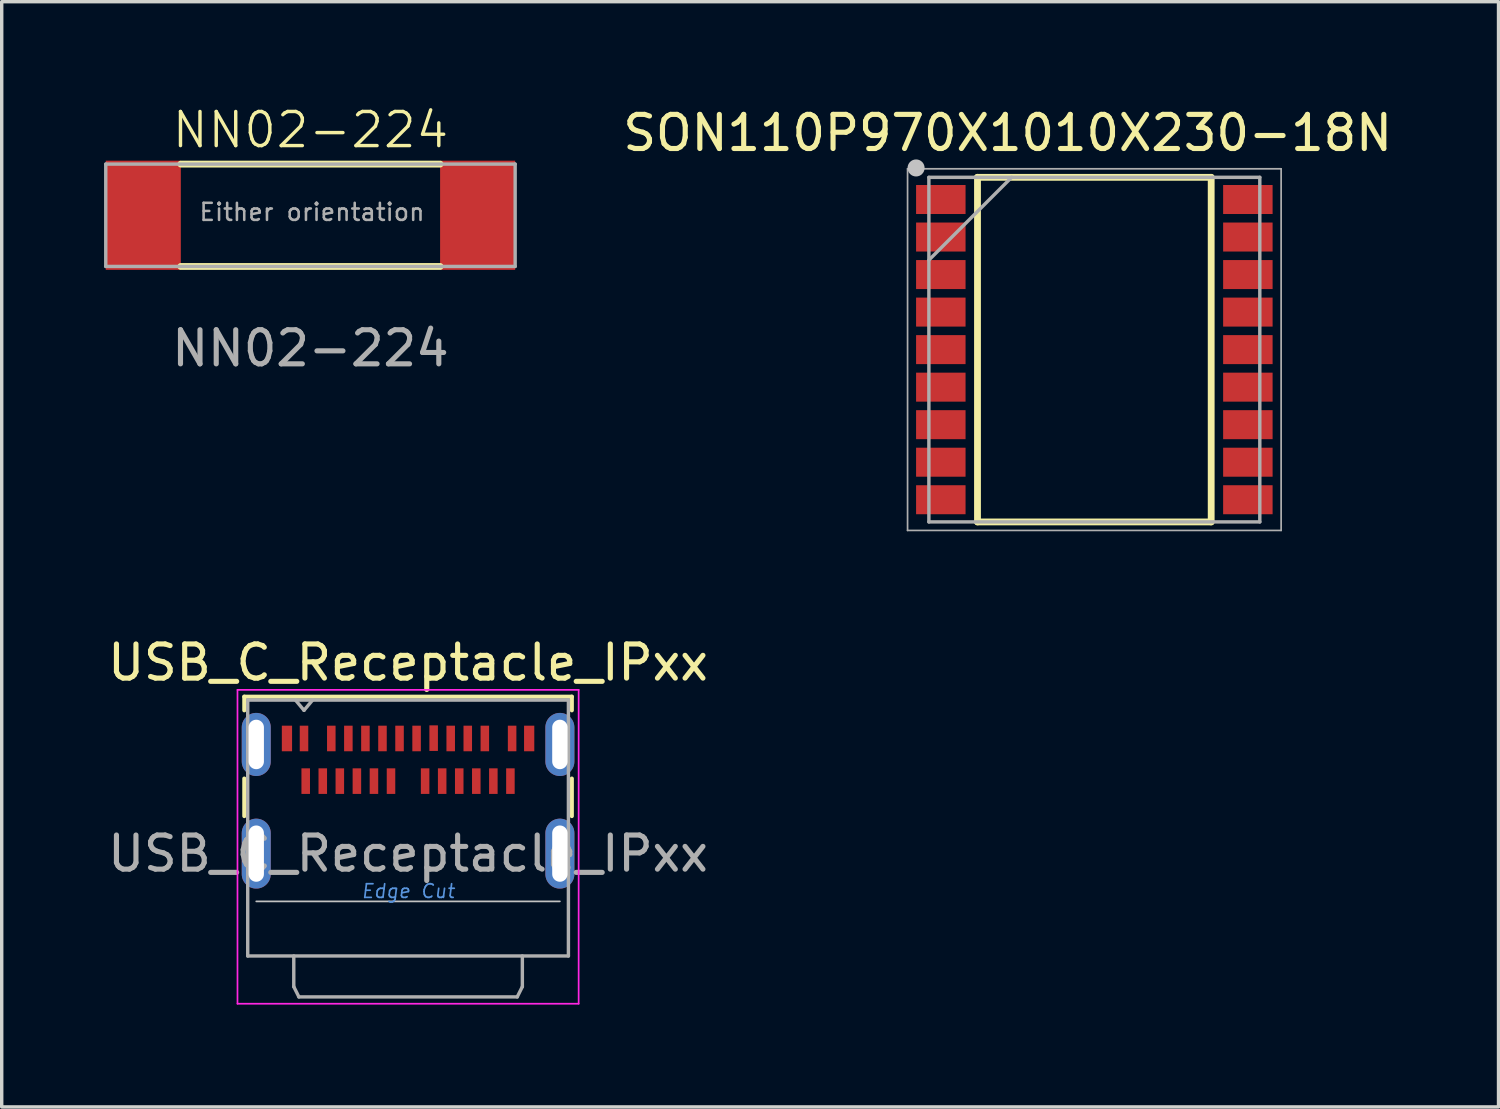
<source format=kicad_pcb>
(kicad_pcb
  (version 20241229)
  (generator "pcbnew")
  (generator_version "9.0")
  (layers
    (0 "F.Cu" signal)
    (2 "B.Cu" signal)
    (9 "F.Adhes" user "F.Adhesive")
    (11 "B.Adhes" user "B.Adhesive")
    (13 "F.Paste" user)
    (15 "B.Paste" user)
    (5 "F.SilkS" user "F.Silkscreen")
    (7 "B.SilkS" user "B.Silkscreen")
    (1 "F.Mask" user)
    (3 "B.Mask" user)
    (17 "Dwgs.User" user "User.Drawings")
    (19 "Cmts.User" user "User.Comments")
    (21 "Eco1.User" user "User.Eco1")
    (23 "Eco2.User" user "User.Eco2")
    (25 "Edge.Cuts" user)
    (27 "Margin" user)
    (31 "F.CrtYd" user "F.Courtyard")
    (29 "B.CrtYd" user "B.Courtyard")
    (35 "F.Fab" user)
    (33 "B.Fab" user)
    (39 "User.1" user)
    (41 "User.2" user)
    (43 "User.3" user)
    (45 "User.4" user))
  (footprint "USB_C_Receptacle_IPxx"
    (layer "F.Cu")
    (at 8.911 21.971)
    (property "Reference" "USB_C_Receptacle_IPxx" (at 0 -5.6 0) (layer "F.SilkS") (effects (font (size 1 1) (thickness 0.15))))
    (attr smd)
    (fp_line (start -4.8 -4.6) (end 4.8 -4.6) (stroke (width 0.12) (type solid)) (layer "F.SilkS"))
    (fp_line (start -4.8 -4.2) (end -4.8 -4.6) (stroke (width 0.12) (type solid)) (layer "F.SilkS"))
    (fp_line (start -4.8 -1.1) (end -4.8 -2.2) (stroke (width 0.12) (type solid)) (layer "F.SilkS"))
    (fp_line (start 4.8 -4.6) (end 4.8 -4.2) (stroke (width 0.12) (type solid)) (layer "F.SilkS"))
    (fp_line (start 4.8 -2.2) (end 4.8 -1.1) (stroke (width 0.12) (type solid)) (layer "F.SilkS"))
    (fp_line (start -4.45 1.4) (end 4.45 1.4) (stroke (width 0.05) (type solid)) (layer "Dwgs.User"))
    (fp_line (start -5 -4.8) (end 5 -4.8) (stroke (width 0.05) (type solid)) (layer "F.CrtYd"))
    (fp_line (start -5 4.4) (end -5 -4.8) (stroke (width 0.05) (type solid)) (layer "F.CrtYd"))
    (fp_line (start 5 -4.8) (end 5 4.4) (stroke (width 0.05) (type solid)) (layer "F.CrtYd"))
    (fp_line (start 5 4.4) (end -5 4.4) (stroke (width 0.05) (type solid)) (layer "F.CrtYd"))
    (fp_line (start -4.7 -4.5) (end -4.7 3) (stroke (width 0.1) (type solid)) (layer "F.Fab"))
    (fp_line (start -4.7 -4.5) (end 4.7 -4.5) (stroke (width 0.1) (type solid)) (layer "F.Fab"))
    (fp_line (start -4.7 3) (end 4.7 3) (stroke (width 0.1) (type solid)) (layer "F.Fab"))
    (fp_line (start -3.35 3) (end -3.35 3.9) (stroke (width 0.1) (type solid)) (layer "F.Fab"))
    (fp_line (start -3.35 3.9) (end -3.2 4.2) (stroke (width 0.1) (type solid)) (layer "F.Fab"))
    (fp_line (start -3.2 4.2) (end 3.2 4.2) (stroke (width 0.1) (type solid)) (layer "F.Fab"))
    (fp_line (start -3.05 -4.2) (end -3.3 -4.5) (stroke (width 0.1) (type solid)) (layer "F.Fab"))
    (fp_line (start -3.05 -4.2) (end -2.8 -4.5) (stroke (width 0.1) (type solid)) (layer "F.Fab"))
    (fp_line (start 3.2 4.2) (end 3.35 3.9) (stroke (width 0.1) (type solid)) (layer "F.Fab"))
    (fp_line (start 3.35 3.9) (end 3.35 3) (stroke (width 0.1) (type solid)) (layer "F.Fab"))
    (fp_line (start 4.7 -4.5) (end 4.7 3) (stroke (width 0.1) (type solid)) (layer "F.Fab"))
    (fp_text user "Edge Cut" (at 0 1.1 0) (layer "Cmts.User") (effects (font (size 0.4 0.4) (thickness 0.05) (italic yes))))
    (fp_text user "${REFERENCE}" (at 0 0 0) (layer "F.Fab") (effects (font (size 1 1) (thickness 0.15))))
    (pad "A1" smd rect (at -3.05 -3.375) (size 0.25 0.75) (layers "F.Cu" "F.Mask" "F.Paste"))
    (pad "A2" smd rect (at -2.25 -3.375) (size 0.25 0.75) (layers "F.Cu" "F.Mask" "F.Paste"))
    (pad "A3" smd rect (at -1.75 -3.375) (size 0.25 0.75) (layers "F.Cu" "F.Mask" "F.Paste"))
    (pad "A4" smd rect (at -1.25 -3.375) (size 0.25 0.75) (layers "F.Cu" "F.Mask" "F.Paste"))
    (pad "A5" smd rect (at -0.75 -3.375) (size 0.25 0.75) (layers "F.Cu" "F.Mask" "F.Paste"))
    (pad "A6" smd rect (at -0.25 -3.375) (size 0.25 0.75) (layers "F.Cu" "F.Mask" "F.Paste"))
    (pad "A7" smd rect (at 0.25 -3.375) (size 0.25 0.75) (layers "F.Cu" "F.Mask" "F.Paste"))
    (pad "A8" smd rect (at 0.75 -3.385) (size 0.25 0.75) (layers "F.Cu" "F.Mask" "F.Paste"))
    (pad "A9" smd rect (at 1.25 -3.375) (size 0.25 0.75) (layers "F.Cu" "F.Mask" "F.Paste"))
    (pad "A10" smd rect (at 1.75 -3.375) (size 0.25 0.75) (layers "F.Cu" "F.Mask" "F.Paste"))
    (pad "A11" smd rect (at 2.25 -3.375) (size 0.25 0.75) (layers "F.Cu" "F.Mask" "F.Paste"))
    (pad "A12" smd rect (at 3.05 -3.375) (size 0.25 0.75) (layers "F.Cu" "F.Mask" "F.Paste"))
    (pad "B1" smd rect (at 3 -2.125) (size 0.25 0.75) (layers "F.Cu" "F.Mask" "F.Paste"))
    (pad "B2" smd rect (at 2.5 -2.125) (size 0.25 0.75) (layers "F.Cu" "F.Mask" "F.Paste"))
    (pad "B3" smd rect (at 2 -2.125) (size 0.25 0.75) (layers "F.Cu" "F.Mask" "F.Paste"))
    (pad "B4" smd rect (at 1.5 -2.125) (size 0.25 0.75) (layers "F.Cu" "F.Mask" "F.Paste"))
    (pad "B5" smd rect (at 1 -2.125) (size 0.25 0.75) (layers "F.Cu" "F.Mask" "F.Paste"))
    (pad "B6" smd rect (at 0.5 -2.125) (size 0.25 0.75) (layers "F.Cu" "F.Mask" "F.Paste"))
    (pad "B7" smd rect (at -0.5 -2.125) (size 0.25 0.75) (layers "F.Cu" "F.Mask" "F.Paste"))
    (pad "B8" smd rect (at -1 -2.125) (size 0.25 0.75) (layers "F.Cu" "F.Mask" "F.Paste"))
    (pad "B9" smd rect (at -1.5 -2.125) (size 0.25 0.75) (layers "F.Cu" "F.Mask" "F.Paste"))
    (pad "B10" smd rect (at -2 -2.125) (size 0.25 0.75) (layers "F.Cu" "F.Mask" "F.Paste"))
    (pad "B11" smd rect (at -2.5 -2.125) (size 0.25 0.75) (layers "F.Cu" "F.Mask" "F.Paste"))
    (pad "B12" smd rect (at -3 -2.125) (size 0.25 0.75) (layers "F.Cu" "F.Mask" "F.Paste"))
    (pad "MP" smd rect (at -3.55 -3.375) (size 0.3 0.75) (layers "F.Cu" "F.Mask" "F.Paste"))
    (pad "MP" smd rect (at 3.55 -3.375) (size 0.3 0.75) (layers "F.Cu" "F.Mask" "F.Paste"))
    (pad "S1" thru_hole oval (at -4.45 -3.2) (size 0.85 1.85) (drill oval 0.45 1.45) (layers "*.Cu" "*.Mask"))
    (pad "S1" thru_hole oval (at -4.45 0) (size 0.85 2.05) (drill oval 0.45 1.65) (layers "*.Cu" "*.Mask"))
    (pad "S1" thru_hole oval (at 4.45 -3.2) (size 0.85 1.85) (drill oval 0.45 1.45) (layers "*.Cu" "*.Mask"))
    (pad "S1" thru_hole oval (at 4.45 0) (size 0.85 2.05) (drill oval 0.45 1.65) (layers "*.Cu" "*.Mask")))
  (footprint "SON110P970X1010X230-18N"
    (layer "F.Cu")
    (at 29.027 7.198)
    (property "Reference" "SON110P970X1010X230-18N" (at -2.54 -6.35 0) (layer "F.SilkS") (effects (font (size 1 1) (thickness 0.15))))
    (attr smd)
    (fp_line (start -3.425 -5.05) (end 3.425 -5.05) (stroke (width 0.2) (type solid)) (layer "F.SilkS"))
    (fp_line (start -3.425 5.05) (end -3.425 -5.05) (stroke (width 0.2) (type solid)) (layer "F.SilkS"))
    (fp_line (start 3.425 -5.05) (end 3.425 5.05) (stroke (width 0.2) (type solid)) (layer "F.SilkS"))
    (fp_line (start 3.425 5.05) (end -3.425 5.05) (stroke (width 0.2) (type solid)) (layer "F.SilkS"))
    (fp_circle (center -5.225 -5.325) (end -5.1 -5.325) (stroke (width 0.25) (type solid)) (fill no) (layer "Dwgs.User"))
    (fp_line (start -5.475 -5.3) (end 5.475 -5.3) (stroke (width 0.05) (type solid)) (layer "F.Fab"))
    (fp_line (start -5.475 5.3) (end -5.475 -5.3) (stroke (width 0.05) (type solid)) (layer "F.Fab"))
    (fp_line (start -4.85 -5.05) (end 4.85 -5.05) (stroke (width 0.1) (type solid)) (layer "F.Fab"))
    (fp_line (start -4.85 -2.625) (end -2.425 -5.05) (stroke (width 0.1) (type solid)) (layer "F.Fab"))
    (fp_line (start -4.85 5.05) (end -4.85 -5.05) (stroke (width 0.1) (type solid)) (layer "F.Fab"))
    (fp_line (start 4.85 -5.05) (end 4.85 5.05) (stroke (width 0.1) (type solid)) (layer "F.Fab"))
    (fp_line (start 4.85 5.05) (end -4.85 5.05) (stroke (width 0.1) (type solid)) (layer "F.Fab"))
    (fp_line (start 5.475 -5.3) (end 5.475 5.3) (stroke (width 0.05) (type solid)) (layer "F.Fab"))
    (fp_line (start 5.475 5.3) (end -5.475 5.3) (stroke (width 0.05) (type solid)) (layer "F.Fab"))
    (pad "1" smd rect (at -4.5 -4.4) (size 1.45 0.85) (layers "F.Cu" "F.Mask" "F.Paste"))
    (pad "2" smd rect (at -4.5 -3.3) (size 1.45 0.85) (layers "F.Cu" "F.Mask" "F.Paste"))
    (pad "3" smd rect (at -4.5 -2.2) (size 1.45 0.85) (layers "F.Cu" "F.Mask" "F.Paste"))
    (pad "4" smd rect (at -4.5 -1.1) (size 1.45 0.85) (layers "F.Cu" "F.Mask" "F.Paste"))
    (pad "5" smd rect (at -4.5 0) (size 1.45 0.85) (layers "F.Cu" "F.Mask" "F.Paste"))
    (pad "6" smd rect (at -4.5 1.1) (size 1.45 0.85) (layers "F.Cu" "F.Mask" "F.Paste"))
    (pad "7" smd rect (at -4.5 2.2) (size 1.45 0.85) (layers "F.Cu" "F.Mask" "F.Paste"))
    (pad "8" smd rect (at -4.5 3.3) (size 1.45 0.85) (layers "F.Cu" "F.Mask" "F.Paste"))
    (pad "9" smd rect (at -4.5 4.4) (size 1.45 0.85) (layers "F.Cu" "F.Mask" "F.Paste"))
    (pad "10" smd rect (at 4.5 4.4) (size 1.45 0.85) (layers "F.Cu" "F.Mask" "F.Paste"))
    (pad "11" smd rect (at 4.5 3.3) (size 1.45 0.85) (layers "F.Cu" "F.Mask" "F.Paste"))
    (pad "12" smd rect (at 4.5 2.2) (size 1.45 0.85) (layers "F.Cu" "F.Mask" "F.Paste"))
    (pad "13" smd rect (at 4.5 1.1) (size 1.45 0.85) (layers "F.Cu" "F.Mask" "F.Paste"))
    (pad "14" smd rect (at 4.5 0) (size 1.45 0.85) (layers "F.Cu" "F.Mask" "F.Paste"))
    (pad "15" smd rect (at 4.5 -1.1) (size 1.45 0.85) (layers "F.Cu" "F.Mask" "F.Paste"))
    (pad "16" smd rect (at 4.5 -2.2) (size 1.45 0.85) (layers "F.Cu" "F.Mask" "F.Paste"))
    (pad "17" smd rect (at 4.5 -3.3) (size 1.45 0.85) (layers "F.Cu" "F.Mask" "F.Paste"))
    (pad "18" smd rect (at 4.5 -4.4) (size 1.45 0.85) (layers "F.Cu" "F.Mask" "F.Paste")))
  (footprint "NN02-224"
    (layer "F.Cu")
    (at 6.05 3.26)
    (property "Reference" "NN02-224" (at 0 -2.5 0) (unlocked yes) (layer "F.SilkS") (effects (font (size 1 1) (thickness 0.1))))
    (attr smd)
    (fp_line (start -3.8 -1.5) (end 3.8 -1.5) (stroke (width 0.2) (type default)) (layer "F.SilkS"))
    (fp_line (start -3.8 1.5) (end 3.8 1.5) (stroke (width 0.2) (type default)) (layer "F.SilkS"))
    (fp_line (start -6 -1.5) (end -6 1.5) (stroke (width 0.1) (type default)) (layer "F.Fab"))
    (fp_line (start 6 -1.5) (end -6 -1.5) (stroke (width 0.1) (type default)) (layer "F.Fab"))
    (fp_line (start 6 -1.5) (end 6 1.5) (stroke (width 0.1) (type default)) (layer "F.Fab"))
    (fp_line (start 6 1.5) (end -6 1.5) (stroke (width 0.1) (type default)) (layer "F.Fab"))
    (fp_text user "${REFERENCE}" (at 0 3.9 0) (unlocked yes) (layer "F.Fab") (effects (font (size 1 1) (thickness 0.15))))
    (fp_text user "Either orientation" (at -3.3 0.2 0) (unlocked yes) (layer "F.Fab") (effects (font (size 0.5 0.5) (thickness 0.075)) (justify left bottom)))
    (pad "1" smd rect (at -4.9 0) (size 2.2 3.2) (layers "F.Cu" "F.Mask" "F.Paste"))
    (pad "2" smd rect (at 4.9 0) (size 2.2 3.2) (layers "F.Cu" "F.Mask" "F.Paste")))
  (gr_rect
    (start -3 -3)
    (end 40.874 29.396)
    (stroke (width 0.1) (type default))
    (fill no)
    (layer "Edge.Cuts")))
</source>
